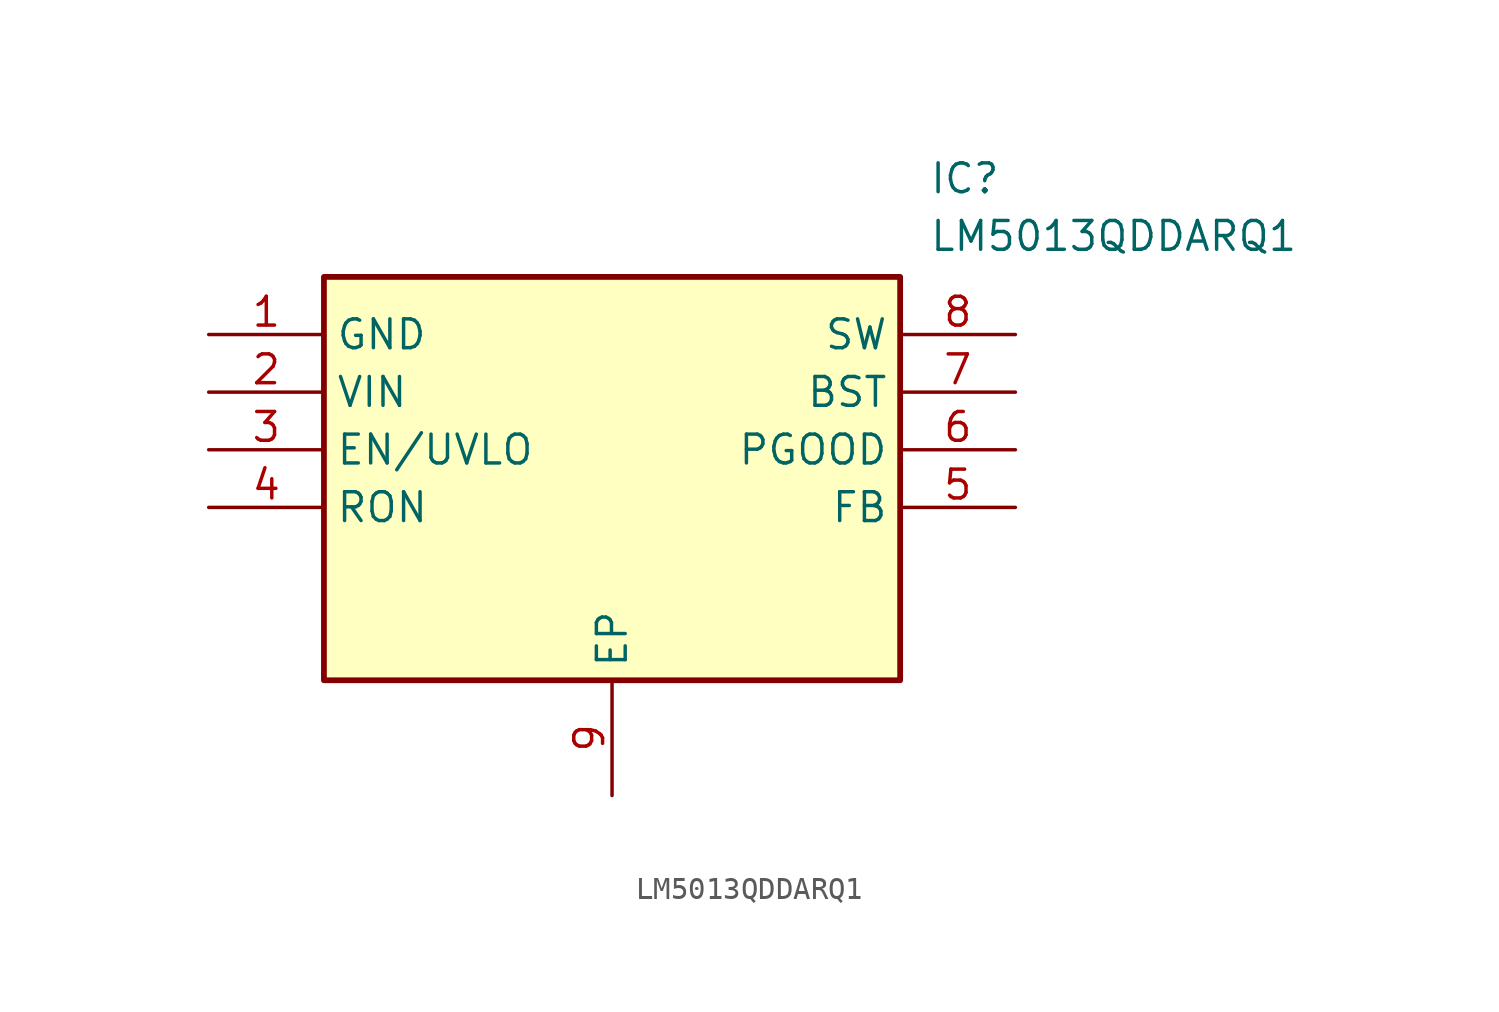
<source format=kicad_sym>
(kicad_symbol_lib
  (version 20241209)
  (generator "kicad_symbol_editor")
  (generator_version "9.0")
  (symbol "LM5013QDDARQ1"
    (property "Reference" "IC"
      (at 31.75 7.62 0)
      (effects (font (size 1.27 1.27)) (justify left top)))
    (property "Value" "LM5013QDDARQ1"
      (at 31.75 5.08 0)
      (effects (font (size 1.27 1.27)) (justify left top)))
    (symbol "LM5013QDDARQ1_1_1"
      (rectangle (start 5.08 2.54) (end 30.48 -15.24) (stroke (width 0.254) (type default)) (fill (type background)))
      (pin passive line (at 0 0 0) (length 5.08) (name "GND" (effects (font (size 1.27 1.27)))) (number "1" (effects (font (size 1.27 1.27)))))
      (pin passive line (at 0 -2.54 0) (length 5.08) (name "VIN" (effects (font (size 1.27 1.27)))) (number "2" (effects (font (size 1.27 1.27)))))
      (pin passive line (at 0 -5.08 0) (length 5.08) (name "EN/UVLO" (effects (font (size 1.27 1.27)))) (number "3" (effects (font (size 1.27 1.27)))))
      (pin passive line (at 0 -7.62 0) (length 5.08) (name "RON" (effects (font (size 1.27 1.27)))) (number "4" (effects (font (size 1.27 1.27)))))
      (pin passive line (at 17.78 -20.32 90) (length 5.08) (name "EP" (effects (font (size 1.27 1.27)))) (number "9" (effects (font (size 1.27 1.27)))))
      (pin passive line (at 35.56 0 180) (length 5.08) (name "SW" (effects (font (size 1.27 1.27)))) (number "8" (effects (font (size 1.27 1.27)))))
      (pin passive line (at 35.56 -2.54 180) (length 5.08) (name "BST" (effects (font (size 1.27 1.27)))) (number "7" (effects (font (size 1.27 1.27)))))
      (pin passive line (at 35.56 -5.08 180) (length 5.08) (name "PGOOD" (effects (font (size 1.27 1.27)))) (number "6" (effects (font (size 1.27 1.27)))))
      (pin passive line (at 35.56 -7.62 180) (length 5.08) (name "FB" (effects (font (size 1.27 1.27)))) (number "5" (effects (font (size 1.27 1.27))))))))
</source>
